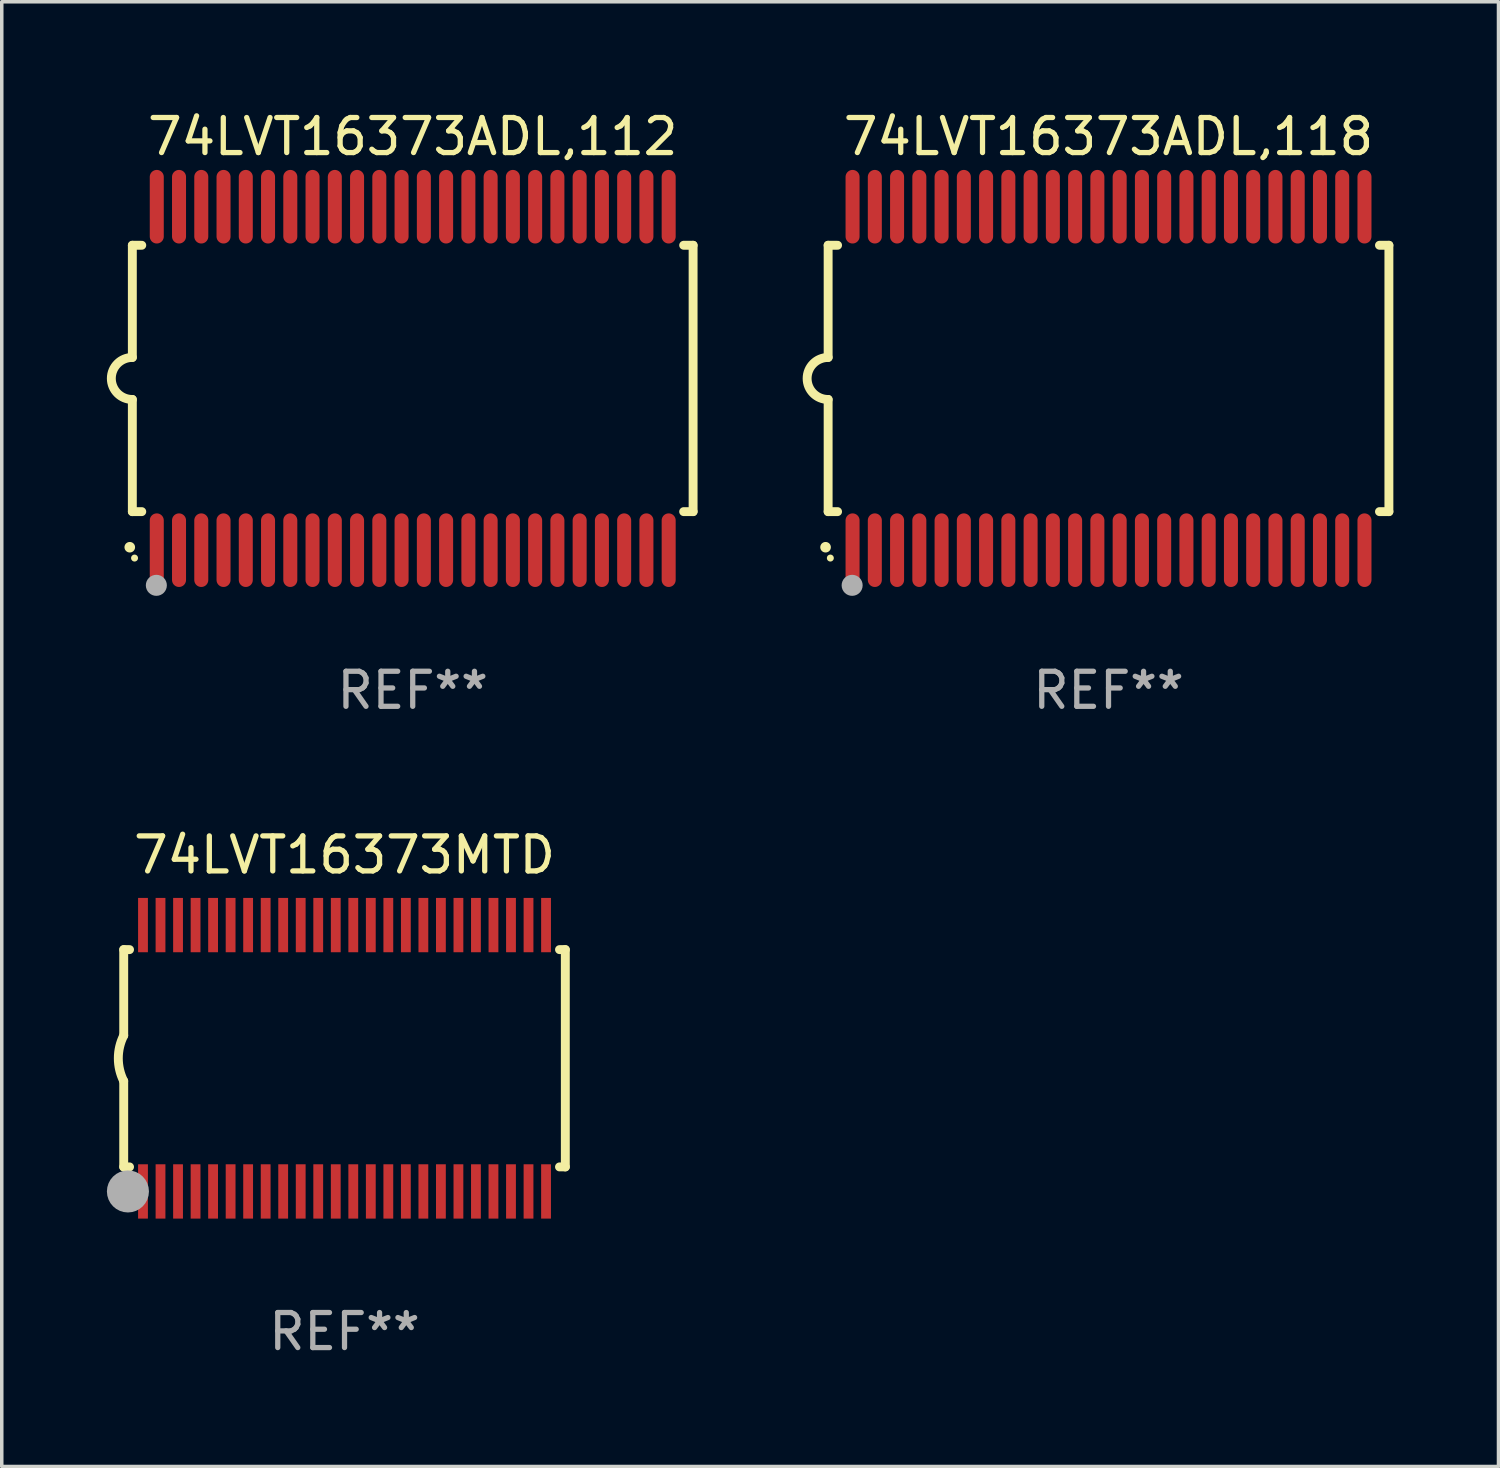
<source format=kicad_pcb>
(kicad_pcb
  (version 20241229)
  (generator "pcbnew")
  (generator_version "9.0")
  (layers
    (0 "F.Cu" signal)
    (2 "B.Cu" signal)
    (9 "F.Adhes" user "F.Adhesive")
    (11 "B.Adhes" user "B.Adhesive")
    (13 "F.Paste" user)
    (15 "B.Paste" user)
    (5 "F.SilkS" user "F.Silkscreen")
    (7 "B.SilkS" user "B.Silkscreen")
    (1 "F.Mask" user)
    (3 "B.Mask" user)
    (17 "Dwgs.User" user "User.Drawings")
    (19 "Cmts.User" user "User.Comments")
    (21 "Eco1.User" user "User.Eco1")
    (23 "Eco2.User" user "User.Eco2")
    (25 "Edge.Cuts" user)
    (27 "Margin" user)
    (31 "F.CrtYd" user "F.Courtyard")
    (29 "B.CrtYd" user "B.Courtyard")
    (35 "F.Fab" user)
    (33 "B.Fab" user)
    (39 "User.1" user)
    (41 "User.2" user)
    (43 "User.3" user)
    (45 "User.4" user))
  (footprint "74LVT16373ADL,112"
    (layer "F.Cu")
    (at 8.726 7.748)
    (property "Reference" "74LVT16373ADL,112" (at 0 -6.9 0) (layer "F.SilkS") (effects (font (size 1 1) (thickness 0.15))))
    (attr through_hole)
    (fp_line (start -8 -3.8) (end -8 -0.599) (stroke (width 0.254) (type solid)) (layer "F.SilkS"))
    (fp_line (start -8 -3.8) (end -7.731 -3.8) (stroke (width 0.254) (type solid)) (layer "F.SilkS"))
    (fp_line (start -8 3.8) (end -8 0.599) (stroke (width 0.254) (type solid)) (layer "F.SilkS"))
    (fp_line (start -7.731 3.8) (end -8 3.8) (stroke (width 0.254) (type solid)) (layer "F.SilkS"))
    (fp_line (start 7.731 -3.8) (end 8 -3.8) (stroke (width 0.254) (type solid)) (layer "F.SilkS"))
    (fp_line (start 8 -3.8) (end 8 3.8) (stroke (width 0.254) (type solid)) (layer "F.SilkS"))
    (fp_line (start 8 3.8) (end 7.731 3.8) (stroke (width 0.254) (type solid)) (layer "F.SilkS"))
    (fp_arc (start -8.074676 4.81585) (mid -8.073406 4.815845) (end -8.072136 4.81585) (stroke (width 0.3) (type solid)) (layer "F.SilkS"))
    (fp_arc (start -8.000025 0.6) (mid -8.598908 0.00056) (end -8.000027 -0.598882) (stroke (width 0.254001) (type solid)) (layer "F.SilkS"))
    (fp_circle (center -7.937 5.125) (end -7.887 5.125) (stroke (width 0.1) (type solid)) (fill no) (layer "F.SilkS"))
    (fp_circle (center -7.315 5.903) (end -7.165 5.903) (stroke (width 0.3) (type solid)) (fill no) (layer "F.Fab"))
    (fp_text user "REF**" (at 0 8.9 0) (layer "F.Fab") (effects (font (size 1 1) (thickness 0.15))))
    (pad "1" smd oval (at -7.303 4.9) (size 0.4 2.1) (layers "F.Cu" "F.Mask" "F.Paste"))
    (pad "2" smd oval (at -6.668 4.9) (size 0.4 2.1) (layers "F.Cu" "F.Mask" "F.Paste"))
    (pad "3" smd oval (at -6.033 4.9) (size 0.4 2.1) (layers "F.Cu" "F.Mask" "F.Paste"))
    (pad "4" smd oval (at -5.398 4.9) (size 0.4 2.1) (layers "F.Cu" "F.Mask" "F.Paste"))
    (pad "5" smd oval (at -4.763 4.9) (size 0.4 2.1) (layers "F.Cu" "F.Mask" "F.Paste"))
    (pad "6" smd oval (at -4.128 4.9) (size 0.4 2.1) (layers "F.Cu" "F.Mask" "F.Paste"))
    (pad "7" smd oval (at -3.493 4.9) (size 0.4 2.1) (layers "F.Cu" "F.Mask" "F.Paste"))
    (pad "8" smd oval (at -2.858 4.9) (size 0.4 2.1) (layers "F.Cu" "F.Mask" "F.Paste"))
    (pad "9" smd oval (at -2.223 4.9) (size 0.4 2.1) (layers "F.Cu" "F.Mask" "F.Paste"))
    (pad "10" smd oval (at -1.588 4.9) (size 0.4 2.1) (layers "F.Cu" "F.Mask" "F.Paste"))
    (pad "11" smd oval (at -0.953 4.9) (size 0.4 2.1) (layers "F.Cu" "F.Mask" "F.Paste"))
    (pad "12" smd oval (at -0.318 4.9) (size 0.4 2.1) (layers "F.Cu" "F.Mask" "F.Paste"))
    (pad "13" smd oval (at 0.318 4.9) (size 0.4 2.1) (layers "F.Cu" "F.Mask" "F.Paste"))
    (pad "14" smd oval (at 0.953 4.9) (size 0.4 2.1) (layers "F.Cu" "F.Mask" "F.Paste"))
    (pad "15" smd oval (at 1.588 4.9) (size 0.4 2.1) (layers "F.Cu" "F.Mask" "F.Paste"))
    (pad "16" smd oval (at 2.223 4.9) (size 0.4 2.1) (layers "F.Cu" "F.Mask" "F.Paste"))
    (pad "17" smd oval (at 2.858 4.9) (size 0.4 2.1) (layers "F.Cu" "F.Mask" "F.Paste"))
    (pad "18" smd oval (at 3.493 4.9) (size 0.4 2.1) (layers "F.Cu" "F.Mask" "F.Paste"))
    (pad "19" smd oval (at 4.128 4.9) (size 0.4 2.1) (layers "F.Cu" "F.Mask" "F.Paste"))
    (pad "20" smd oval (at 4.763 4.9) (size 0.4 2.1) (layers "F.Cu" "F.Mask" "F.Paste"))
    (pad "21" smd oval (at 5.398 4.9) (size 0.4 2.1) (layers "F.Cu" "F.Mask" "F.Paste"))
    (pad "22" smd oval (at 6.033 4.9) (size 0.4 2.1) (layers "F.Cu" "F.Mask" "F.Paste"))
    (pad "23" smd oval (at 6.668 4.9) (size 0.4 2.1) (layers "F.Cu" "F.Mask" "F.Paste"))
    (pad "24" smd oval (at 7.303 4.9) (size 0.4 2.1) (layers "F.Cu" "F.Mask" "F.Paste"))
    (pad "25" smd oval (at 7.303 -4.9 180) (size 0.4 2.1) (layers "F.Cu" "F.Mask" "F.Paste"))
    (pad "26" smd oval (at 6.668 -4.9 180) (size 0.4 2.1) (layers "F.Cu" "F.Mask" "F.Paste"))
    (pad "27" smd oval (at 6.033 -4.9 180) (size 0.4 2.1) (layers "F.Cu" "F.Mask" "F.Paste"))
    (pad "28" smd oval (at 5.398 -4.9 180) (size 0.4 2.1) (layers "F.Cu" "F.Mask" "F.Paste"))
    (pad "29" smd oval (at 4.763 -4.9 180) (size 0.4 2.1) (layers "F.Cu" "F.Mask" "F.Paste"))
    (pad "30" smd oval (at 4.128 -4.9 180) (size 0.4 2.1) (layers "F.Cu" "F.Mask" "F.Paste"))
    (pad "31" smd oval (at 3.493 -4.9 180) (size 0.4 2.1) (layers "F.Cu" "F.Mask" "F.Paste"))
    (pad "32" smd oval (at 2.858 -4.9 180) (size 0.4 2.1) (layers "F.Cu" "F.Mask" "F.Paste"))
    (pad "33" smd oval (at 2.223 -4.9 180) (size 0.4 2.1) (layers "F.Cu" "F.Mask" "F.Paste"))
    (pad "34" smd oval (at 1.588 -4.9 180) (size 0.4 2.1) (layers "F.Cu" "F.Mask" "F.Paste"))
    (pad "35" smd oval (at 0.953 -4.9 180) (size 0.4 2.1) (layers "F.Cu" "F.Mask" "F.Paste"))
    (pad "36" smd oval (at 0.318 -4.9 180) (size 0.4 2.1) (layers "F.Cu" "F.Mask" "F.Paste"))
    (pad "37" smd oval (at -0.318 -4.9 180) (size 0.4 2.1) (layers "F.Cu" "F.Mask" "F.Paste"))
    (pad "38" smd oval (at -0.953 -4.9 180) (size 0.4 2.1) (layers "F.Cu" "F.Mask" "F.Paste"))
    (pad "39" smd oval (at -1.588 -4.9 180) (size 0.4 2.1) (layers "F.Cu" "F.Mask" "F.Paste"))
    (pad "40" smd oval (at -2.223 -4.9 180) (size 0.4 2.1) (layers "F.Cu" "F.Mask" "F.Paste"))
    (pad "41" smd oval (at -2.858 -4.9 180) (size 0.4 2.1) (layers "F.Cu" "F.Mask" "F.Paste"))
    (pad "42" smd oval (at -3.493 -4.9 180) (size 0.4 2.1) (layers "F.Cu" "F.Mask" "F.Paste"))
    (pad "43" smd oval (at -4.128 -4.9 180) (size 0.4 2.1) (layers "F.Cu" "F.Mask" "F.Paste"))
    (pad "44" smd oval (at -4.763 -4.9 180) (size 0.4 2.1) (layers "F.Cu" "F.Mask" "F.Paste"))
    (pad "45" smd oval (at -5.398 -4.9 180) (size 0.4 2.1) (layers "F.Cu" "F.Mask" "F.Paste"))
    (pad "46" smd oval (at -6.033 -4.9 180) (size 0.4 2.1) (layers "F.Cu" "F.Mask" "F.Paste"))
    (pad "47" smd oval (at -6.668 -4.9 180) (size 0.4 2.1) (layers "F.Cu" "F.Mask" "F.Paste"))
    (pad "48" smd oval (at -7.303 -4.9 180) (size 0.4 2.1) (layers "F.Cu" "F.Mask" "F.Paste")))
  (footprint "74LVT16373ADL,118"
    (layer "F.Cu")
    (at 28.579 7.748)
    (property "Reference" "74LVT16373ADL,118" (at 0 -6.9 0) (layer "F.SilkS") (effects (font (size 1 1) (thickness 0.15))))
    (attr through_hole)
    (fp_line (start -8 -3.8) (end -8 -0.599) (stroke (width 0.254) (type solid)) (layer "F.SilkS"))
    (fp_line (start -8 -3.8) (end -7.731 -3.8) (stroke (width 0.254) (type solid)) (layer "F.SilkS"))
    (fp_line (start -8 3.8) (end -8 0.599) (stroke (width 0.254) (type solid)) (layer "F.SilkS"))
    (fp_line (start -7.731 3.8) (end -8 3.8) (stroke (width 0.254) (type solid)) (layer "F.SilkS"))
    (fp_line (start 7.731 -3.8) (end 8 -3.8) (stroke (width 0.254) (type solid)) (layer "F.SilkS"))
    (fp_line (start 8 -3.8) (end 8 3.8) (stroke (width 0.254) (type solid)) (layer "F.SilkS"))
    (fp_line (start 8 3.8) (end 7.731 3.8) (stroke (width 0.254) (type solid)) (layer "F.SilkS"))
    (fp_arc (start -8.074676 4.81585) (mid -8.073406 4.815845) (end -8.072136 4.81585) (stroke (width 0.3) (type solid)) (layer "F.SilkS"))
    (fp_arc (start -8.000025 0.6) (mid -8.598908 0.00056) (end -8.000027 -0.598882) (stroke (width 0.254001) (type solid)) (layer "F.SilkS"))
    (fp_circle (center -7.937 5.125) (end -7.887 5.125) (stroke (width 0.1) (type solid)) (fill no) (layer "F.SilkS"))
    (fp_circle (center -7.315 5.903) (end -7.165 5.903) (stroke (width 0.3) (type solid)) (fill no) (layer "F.Fab"))
    (fp_text user "REF**" (at 0 8.9 0) (layer "F.Fab") (effects (font (size 1 1) (thickness 0.15))))
    (pad "1" smd oval (at -7.303 4.9) (size 0.4 2.1) (layers "F.Cu" "F.Mask" "F.Paste"))
    (pad "2" smd oval (at -6.668 4.9) (size 0.4 2.1) (layers "F.Cu" "F.Mask" "F.Paste"))
    (pad "3" smd oval (at -6.033 4.9) (size 0.4 2.1) (layers "F.Cu" "F.Mask" "F.Paste"))
    (pad "4" smd oval (at -5.398 4.9) (size 0.4 2.1) (layers "F.Cu" "F.Mask" "F.Paste"))
    (pad "5" smd oval (at -4.763 4.9) (size 0.4 2.1) (layers "F.Cu" "F.Mask" "F.Paste"))
    (pad "6" smd oval (at -4.128 4.9) (size 0.4 2.1) (layers "F.Cu" "F.Mask" "F.Paste"))
    (pad "7" smd oval (at -3.493 4.9) (size 0.4 2.1) (layers "F.Cu" "F.Mask" "F.Paste"))
    (pad "8" smd oval (at -2.858 4.9) (size 0.4 2.1) (layers "F.Cu" "F.Mask" "F.Paste"))
    (pad "9" smd oval (at -2.223 4.9) (size 0.4 2.1) (layers "F.Cu" "F.Mask" "F.Paste"))
    (pad "10" smd oval (at -1.588 4.9) (size 0.4 2.1) (layers "F.Cu" "F.Mask" "F.Paste"))
    (pad "11" smd oval (at -0.953 4.9) (size 0.4 2.1) (layers "F.Cu" "F.Mask" "F.Paste"))
    (pad "12" smd oval (at -0.318 4.9) (size 0.4 2.1) (layers "F.Cu" "F.Mask" "F.Paste"))
    (pad "13" smd oval (at 0.318 4.9) (size 0.4 2.1) (layers "F.Cu" "F.Mask" "F.Paste"))
    (pad "14" smd oval (at 0.953 4.9) (size 0.4 2.1) (layers "F.Cu" "F.Mask" "F.Paste"))
    (pad "15" smd oval (at 1.588 4.9) (size 0.4 2.1) (layers "F.Cu" "F.Mask" "F.Paste"))
    (pad "16" smd oval (at 2.223 4.9) (size 0.4 2.1) (layers "F.Cu" "F.Mask" "F.Paste"))
    (pad "17" smd oval (at 2.858 4.9) (size 0.4 2.1) (layers "F.Cu" "F.Mask" "F.Paste"))
    (pad "18" smd oval (at 3.493 4.9) (size 0.4 2.1) (layers "F.Cu" "F.Mask" "F.Paste"))
    (pad "19" smd oval (at 4.128 4.9) (size 0.4 2.1) (layers "F.Cu" "F.Mask" "F.Paste"))
    (pad "20" smd oval (at 4.763 4.9) (size 0.4 2.1) (layers "F.Cu" "F.Mask" "F.Paste"))
    (pad "21" smd oval (at 5.398 4.9) (size 0.4 2.1) (layers "F.Cu" "F.Mask" "F.Paste"))
    (pad "22" smd oval (at 6.033 4.9) (size 0.4 2.1) (layers "F.Cu" "F.Mask" "F.Paste"))
    (pad "23" smd oval (at 6.668 4.9) (size 0.4 2.1) (layers "F.Cu" "F.Mask" "F.Paste"))
    (pad "24" smd oval (at 7.303 4.9) (size 0.4 2.1) (layers "F.Cu" "F.Mask" "F.Paste"))
    (pad "25" smd oval (at 7.303 -4.9 180) (size 0.4 2.1) (layers "F.Cu" "F.Mask" "F.Paste"))
    (pad "26" smd oval (at 6.668 -4.9 180) (size 0.4 2.1) (layers "F.Cu" "F.Mask" "F.Paste"))
    (pad "27" smd oval (at 6.033 -4.9 180) (size 0.4 2.1) (layers "F.Cu" "F.Mask" "F.Paste"))
    (pad "28" smd oval (at 5.398 -4.9 180) (size 0.4 2.1) (layers "F.Cu" "F.Mask" "F.Paste"))
    (pad "29" smd oval (at 4.763 -4.9 180) (size 0.4 2.1) (layers "F.Cu" "F.Mask" "F.Paste"))
    (pad "30" smd oval (at 4.128 -4.9 180) (size 0.4 2.1) (layers "F.Cu" "F.Mask" "F.Paste"))
    (pad "31" smd oval (at 3.493 -4.9 180) (size 0.4 2.1) (layers "F.Cu" "F.Mask" "F.Paste"))
    (pad "32" smd oval (at 2.858 -4.9 180) (size 0.4 2.1) (layers "F.Cu" "F.Mask" "F.Paste"))
    (pad "33" smd oval (at 2.223 -4.9 180) (size 0.4 2.1) (layers "F.Cu" "F.Mask" "F.Paste"))
    (pad "34" smd oval (at 1.588 -4.9 180) (size 0.4 2.1) (layers "F.Cu" "F.Mask" "F.Paste"))
    (pad "35" smd oval (at 0.953 -4.9 180) (size 0.4 2.1) (layers "F.Cu" "F.Mask" "F.Paste"))
    (pad "36" smd oval (at 0.318 -4.9 180) (size 0.4 2.1) (layers "F.Cu" "F.Mask" "F.Paste"))
    (pad "37" smd oval (at -0.318 -4.9 180) (size 0.4 2.1) (layers "F.Cu" "F.Mask" "F.Paste"))
    (pad "38" smd oval (at -0.953 -4.9 180) (size 0.4 2.1) (layers "F.Cu" "F.Mask" "F.Paste"))
    (pad "39" smd oval (at -1.588 -4.9 180) (size 0.4 2.1) (layers "F.Cu" "F.Mask" "F.Paste"))
    (pad "40" smd oval (at -2.223 -4.9 180) (size 0.4 2.1) (layers "F.Cu" "F.Mask" "F.Paste"))
    (pad "41" smd oval (at -2.858 -4.9 180) (size 0.4 2.1) (layers "F.Cu" "F.Mask" "F.Paste"))
    (pad "42" smd oval (at -3.493 -4.9 180) (size 0.4 2.1) (layers "F.Cu" "F.Mask" "F.Paste"))
    (pad "43" smd oval (at -4.128 -4.9 180) (size 0.4 2.1) (layers "F.Cu" "F.Mask" "F.Paste"))
    (pad "44" smd oval (at -4.763 -4.9 180) (size 0.4 2.1) (layers "F.Cu" "F.Mask" "F.Paste"))
    (pad "45" smd oval (at -5.398 -4.9 180) (size 0.4 2.1) (layers "F.Cu" "F.Mask" "F.Paste"))
    (pad "46" smd oval (at -6.033 -4.9 180) (size 0.4 2.1) (layers "F.Cu" "F.Mask" "F.Paste"))
    (pad "47" smd oval (at -6.668 -4.9 180) (size 0.4 2.1) (layers "F.Cu" "F.Mask" "F.Paste"))
    (pad "48" smd oval (at -7.303 -4.9 180) (size 0.4 2.1) (layers "F.Cu" "F.Mask" "F.Paste")))
  (footprint "74LVT16373MTD"
    (layer "F.Cu")
    (at 6.78 27.145)
    (property "Reference" "74LVT16373MTD" (at 0 -5.8 0) (layer "F.SilkS") (effects (font (size 1 1) (thickness 0.15))))
    (attr through_hole)
    (fp_line (start -6.3 -3.1) (end -6.3 -0.65) (stroke (width 0.254) (type solid)) (layer "F.SilkS"))
    (fp_line (start -6.3 -3.1) (end -6.134 -3.1) (stroke (width 0.254) (type solid)) (layer "F.SilkS"))
    (fp_line (start -6.3 3.1) (end -6.3 0.65) (stroke (width 0.254) (type solid)) (layer "F.SilkS"))
    (fp_line (start -6.3 3.1) (end -6.134 3.1) (stroke (width 0.254) (type solid)) (layer "F.SilkS"))
    (fp_line (start 6.134 -3.1) (end 6.3 -3.1) (stroke (width 0.254) (type solid)) (layer "F.SilkS"))
    (fp_line (start 6.134 3.1) (end 6.3 3.1) (stroke (width 0.254) (type solid)) (layer "F.SilkS"))
    (fp_line (start 6.3 -3.1) (end 6.3 3.1) (stroke (width 0.254) (type solid)) (layer "F.SilkS"))
    (fp_arc (start -6.301016 0.650114) (mid -6.45413 -0.000082) (end -6.3 -0.650038) (stroke (width 0.254001) (type solid)) (layer "F.SilkS"))
    (fp_circle (center -6.35 3.81) (end -6.223 3.81) (stroke (width 0.254) (type solid)) (fill no) (layer "F.SilkS"))
    (fp_circle (center -6.25 4.05) (end -6.22 4.05) (stroke (width 0.06) (type solid)) (fill no) (layer "F.SilkS"))
    (fp_circle (center -6.18 3.8) (end -5.88 3.8) (stroke (width 0.6) (type solid)) (fill no) (layer "F.Fab"))
    (fp_text user "REF**" (at 0 7.8 0) (layer "F.Fab") (effects (font (size 1 1) (thickness 0.15))))
    (pad "1" smd rect (at -5.75 3.8) (size 0.28 1.55) (layers "F.Cu" "F.Mask" "F.Paste"))
    (pad "2" smd rect (at -5.25 3.8) (size 0.28 1.55) (layers "F.Cu" "F.Mask" "F.Paste"))
    (pad "3" smd rect (at -4.75 3.8) (size 0.28 1.55) (layers "F.Cu" "F.Mask" "F.Paste"))
    (pad "4" smd rect (at -4.25 3.8) (size 0.28 1.55) (layers "F.Cu" "F.Mask" "F.Paste"))
    (pad "5" smd rect (at -3.75 3.8) (size 0.28 1.55) (layers "F.Cu" "F.Mask" "F.Paste"))
    (pad "6" smd rect (at -3.25 3.8) (size 0.28 1.55) (layers "F.Cu" "F.Mask" "F.Paste"))
    (pad "7" smd rect (at -2.75 3.8) (size 0.28 1.55) (layers "F.Cu" "F.Mask" "F.Paste"))
    (pad "8" smd rect (at -2.25 3.8) (size 0.28 1.55) (layers "F.Cu" "F.Mask" "F.Paste"))
    (pad "9" smd rect (at -1.75 3.8) (size 0.28 1.55) (layers "F.Cu" "F.Mask" "F.Paste"))
    (pad "10" smd rect (at -1.25 3.8) (size 0.28 1.55) (layers "F.Cu" "F.Mask" "F.Paste"))
    (pad "11" smd rect (at -0.75 3.8) (size 0.28 1.55) (layers "F.Cu" "F.Mask" "F.Paste"))
    (pad "12" smd rect (at -0.25 3.8) (size 0.28 1.55) (layers "F.Cu" "F.Mask" "F.Paste"))
    (pad "13" smd rect (at 0.25 3.8) (size 0.28 1.55) (layers "F.Cu" "F.Mask" "F.Paste"))
    (pad "14" smd rect (at 0.75 3.8) (size 0.28 1.55) (layers "F.Cu" "F.Mask" "F.Paste"))
    (pad "15" smd rect (at 1.25 3.8) (size 0.28 1.55) (layers "F.Cu" "F.Mask" "F.Paste"))
    (pad "16" smd rect (at 1.75 3.8) (size 0.28 1.55) (layers "F.Cu" "F.Mask" "F.Paste"))
    (pad "17" smd rect (at 2.25 3.8) (size 0.28 1.55) (layers "F.Cu" "F.Mask" "F.Paste"))
    (pad "18" smd rect (at 2.75 3.8) (size 0.28 1.55) (layers "F.Cu" "F.Mask" "F.Paste"))
    (pad "19" smd rect (at 3.25 3.8) (size 0.28 1.55) (layers "F.Cu" "F.Mask" "F.Paste"))
    (pad "20" smd rect (at 3.75 3.8) (size 0.28 1.55) (layers "F.Cu" "F.Mask" "F.Paste"))
    (pad "21" smd rect (at 4.25 3.8) (size 0.28 1.55) (layers "F.Cu" "F.Mask" "F.Paste"))
    (pad "22" smd rect (at 4.75 3.8) (size 0.28 1.55) (layers "F.Cu" "F.Mask" "F.Paste"))
    (pad "23" smd rect (at 5.25 3.8) (size 0.28 1.55) (layers "F.Cu" "F.Mask" "F.Paste"))
    (pad "24" smd rect (at 5.75 3.8) (size 0.28 1.55) (layers "F.Cu" "F.Mask" "F.Paste"))
    (pad "25" smd rect (at 5.75 -3.8) (size 0.28 1.55) (layers "F.Cu" "F.Mask" "F.Paste"))
    (pad "26" smd rect (at 5.25 -3.8) (size 0.28 1.55) (layers "F.Cu" "F.Mask" "F.Paste"))
    (pad "27" smd rect (at 4.75 -3.8) (size 0.28 1.55) (layers "F.Cu" "F.Mask" "F.Paste"))
    (pad "28" smd rect (at 4.25 -3.8) (size 0.28 1.55) (layers "F.Cu" "F.Mask" "F.Paste"))
    (pad "29" smd rect (at 3.75 -3.8) (size 0.28 1.55) (layers "F.Cu" "F.Mask" "F.Paste"))
    (pad "30" smd rect (at 3.25 -3.8) (size 0.28 1.55) (layers "F.Cu" "F.Mask" "F.Paste"))
    (pad "31" smd rect (at 2.75 -3.8) (size 0.28 1.55) (layers "F.Cu" "F.Mask" "F.Paste"))
    (pad "32" smd rect (at 2.25 -3.8) (size 0.28 1.55) (layers "F.Cu" "F.Mask" "F.Paste"))
    (pad "33" smd rect (at 1.75 -3.8) (size 0.28 1.55) (layers "F.Cu" "F.Mask" "F.Paste"))
    (pad "34" smd rect (at 1.25 -3.8) (size 0.28 1.55) (layers "F.Cu" "F.Mask" "F.Paste"))
    (pad "35" smd rect (at 0.75 -3.8) (size 0.28 1.55) (layers "F.Cu" "F.Mask" "F.Paste"))
    (pad "36" smd rect (at 0.25 -3.8) (size 0.28 1.55) (layers "F.Cu" "F.Mask" "F.Paste"))
    (pad "37" smd rect (at -0.25 -3.8) (size 0.28 1.55) (layers "F.Cu" "F.Mask" "F.Paste"))
    (pad "38" smd rect (at -0.75 -3.8) (size 0.28 1.55) (layers "F.Cu" "F.Mask" "F.Paste"))
    (pad "39" smd rect (at -1.25 -3.8) (size 0.28 1.55) (layers "F.Cu" "F.Mask" "F.Paste"))
    (pad "40" smd rect (at -1.75 -3.8) (size 0.28 1.55) (layers "F.Cu" "F.Mask" "F.Paste"))
    (pad "41" smd rect (at -2.25 -3.8) (size 0.28 1.55) (layers "F.Cu" "F.Mask" "F.Paste"))
    (pad "42" smd rect (at -2.75 -3.8) (size 0.28 1.55) (layers "F.Cu" "F.Mask" "F.Paste"))
    (pad "43" smd rect (at -3.25 -3.8) (size 0.28 1.55) (layers "F.Cu" "F.Mask" "F.Paste"))
    (pad "44" smd rect (at -3.75 -3.8) (size 0.28 1.55) (layers "F.Cu" "F.Mask" "F.Paste"))
    (pad "45" smd rect (at -4.25 -3.8) (size 0.28 1.55) (layers "F.Cu" "F.Mask" "F.Paste"))
    (pad "46" smd rect (at -4.75 -3.8) (size 0.28 1.55) (layers "F.Cu" "F.Mask" "F.Paste"))
    (pad "47" smd rect (at -5.25 -3.8) (size 0.28 1.55) (layers "F.Cu" "F.Mask" "F.Paste"))
    (pad "48" smd rect (at -5.75 -3.8) (size 0.28 1.55) (layers "F.Cu" "F.Mask" "F.Paste")))
  (gr_rect
    (start -3 -3)
    (end 39.706 38.793)
    (stroke (width 0.1) (type default))
    (fill no)
    (layer "Edge.Cuts")))
</source>
